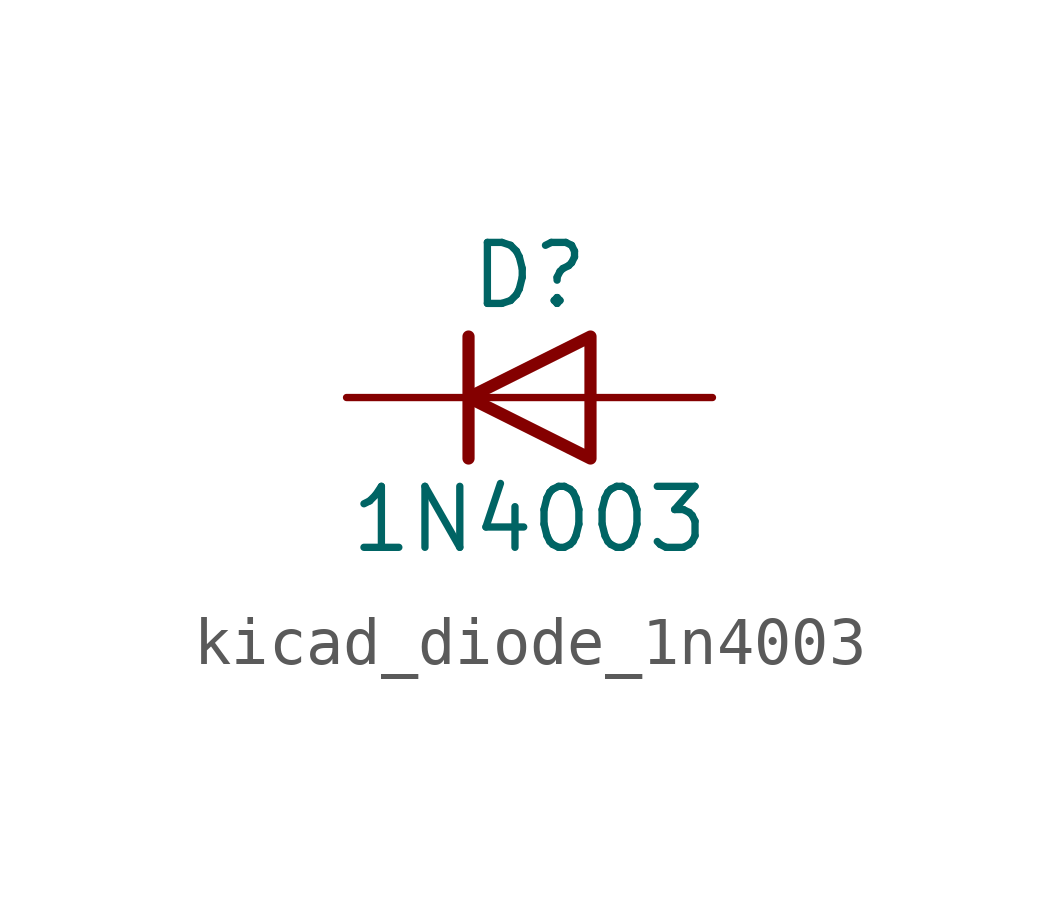
<source format=kicad_sym>
(kicad_symbol_lib
  (version 20220914)
  (generator kicad_symbol_editor)
  (symbol "kicad_diode_1n4003"
    (pin_numbers hide)
    (pin_names hide)
    (property "Reference" "D"
      (at 0 2.54 0)
      (effects (font (size 1.27 1.27))))
    (property "Value" "1N4003"
      (at 0 -2.54 0)
      (effects (font (size 1.27 1.27))))
    (symbol "kicad_diode_1n4003_0_1"
      (polyline (pts (xy -1.27 1.27) (xy -1.27 -1.27)) (stroke (width 0.254) (type default)) (fill (type none)))
      (polyline (pts (xy 1.27 0) (xy -1.27 0)) (stroke (width 0) (type default)) (fill (type none)))
      (polyline (pts (xy 1.27 1.27) (xy 1.27 -1.27) (xy -1.27 0) (xy 1.27 1.27)) (stroke (width 0.254) (type default)) (fill (type none))))
    (symbol "kicad_diode_1n4003_1_1"
      (pin passive line (at -3.81 0 0) (length 2.54) (name "K" (effects (font (size 1.27 1.27)))) (number "1" (effects (font (size 1.27 1.27)))))
      (pin passive line (at 3.81 0 180) (length 2.54) (name "A" (effects (font (size 1.27 1.27)))) (number "2" (effects (font (size 1.27 1.27))))))))
</source>
